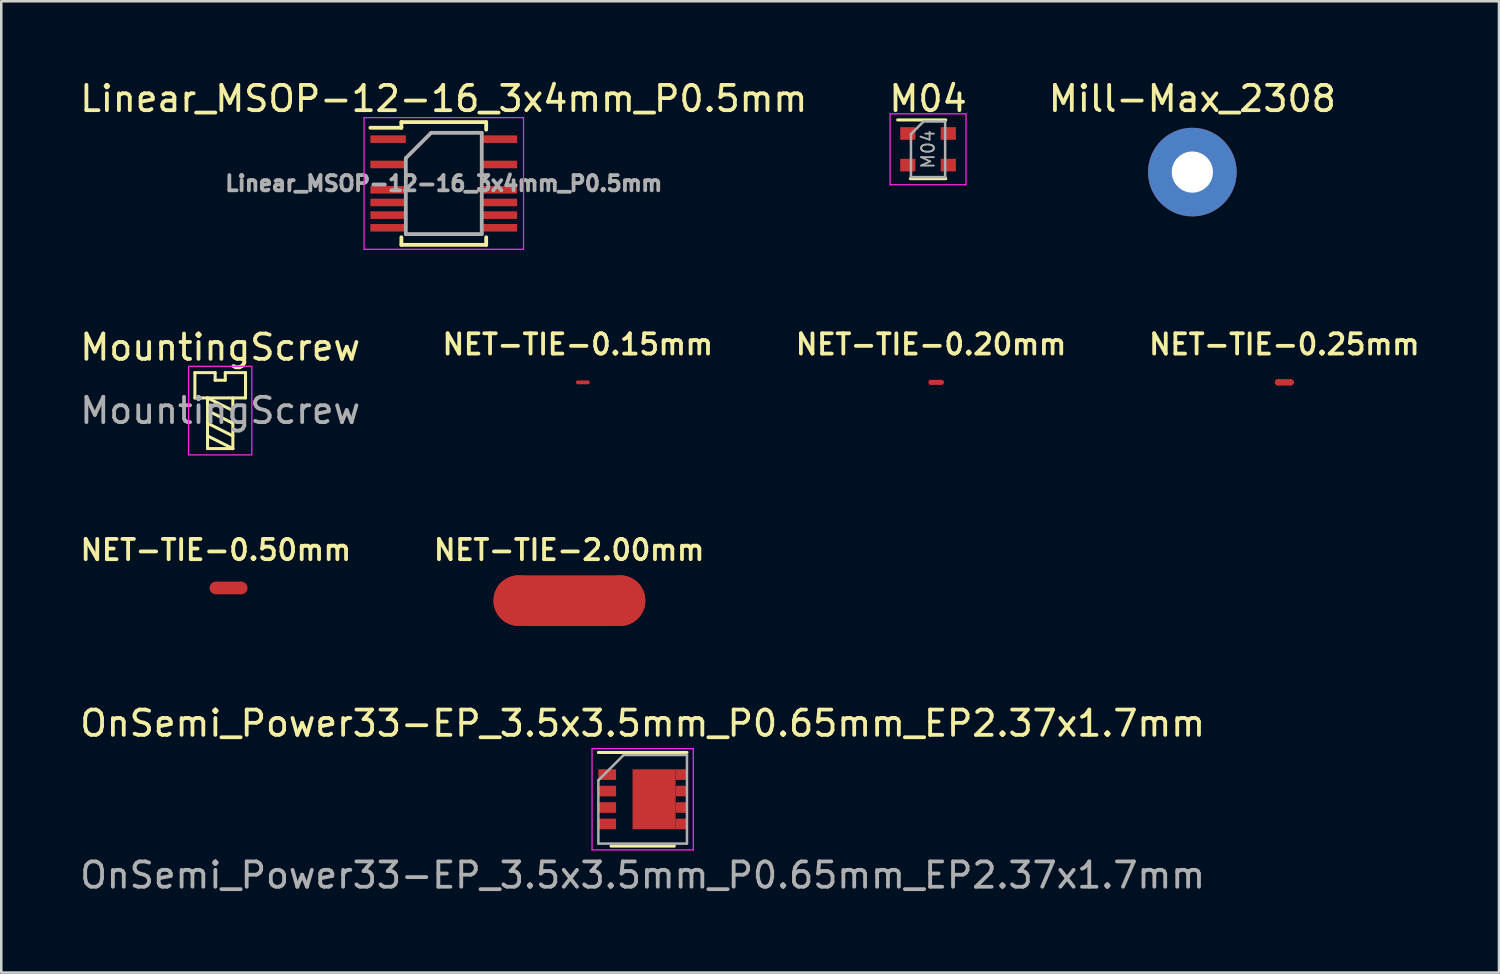
<source format=kicad_pcb>
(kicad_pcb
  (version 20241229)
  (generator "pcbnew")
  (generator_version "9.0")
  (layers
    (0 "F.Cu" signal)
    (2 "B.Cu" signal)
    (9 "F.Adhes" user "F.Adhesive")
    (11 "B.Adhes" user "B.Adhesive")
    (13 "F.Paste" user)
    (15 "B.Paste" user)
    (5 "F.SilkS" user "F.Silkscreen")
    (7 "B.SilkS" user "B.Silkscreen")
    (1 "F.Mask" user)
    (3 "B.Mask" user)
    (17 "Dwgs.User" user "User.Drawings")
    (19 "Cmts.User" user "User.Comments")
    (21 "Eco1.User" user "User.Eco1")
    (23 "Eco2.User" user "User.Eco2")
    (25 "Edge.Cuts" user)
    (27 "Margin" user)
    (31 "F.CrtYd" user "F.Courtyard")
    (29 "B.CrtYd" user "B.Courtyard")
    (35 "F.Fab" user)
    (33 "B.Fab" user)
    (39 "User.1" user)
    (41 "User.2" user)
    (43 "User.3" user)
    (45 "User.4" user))
  (footprint "M04"
    (layer "F.Cu")
    (at 33.613 2.848)
    (property "Reference" "M04" (at 0 -2 0) (layer "F.SilkS") (effects (font (size 1 1) (thickness 0.15))))
    (attr smd)
    (fp_line (start -0.7 1.16) (end 0.7 1.16) (stroke (width 0.12) (type solid)) (layer "F.SilkS"))
    (fp_line (start 0.7 -1.16) (end -1.2 -1.16) (stroke (width 0.12) (type solid)) (layer "F.SilkS"))
    (fp_line (start -1.5 -1.4) (end -1.5 1.4) (stroke (width 0.05) (type solid)) (layer "F.CrtYd"))
    (fp_line (start -1.5 -1.4) (end 1.5 -1.4) (stroke (width 0.05) (type solid)) (layer "F.CrtYd"))
    (fp_line (start -1.5 1.4) (end 1.5 1.4) (stroke (width 0.05) (type solid)) (layer "F.CrtYd"))
    (fp_line (start 1.5 1.4) (end 1.5 -1.4) (stroke (width 0.05) (type solid)) (layer "F.CrtYd"))
    (fp_line (start -0.675 -0.6) (end -0.675 1.1) (stroke (width 0.1) (type solid)) (layer "F.Fab"))
    (fp_line (start -0.175 -1.1) (end -0.675 -0.6) (stroke (width 0.1) (type solid)) (layer "F.Fab"))
    (fp_line (start 0.675 -1.1) (end -0.175 -1.1) (stroke (width 0.1) (type solid)) (layer "F.Fab"))
    (fp_line (start 0.675 -1.1) (end 0.675 1.1) (stroke (width 0.1) (type solid)) (layer "F.Fab"))
    (fp_line (start 0.675 1.1) (end -0.675 1.1) (stroke (width 0.1) (type solid)) (layer "F.Fab"))
    (fp_text user "${REFERENCE}" (at 0 0 90) (layer "F.Fab") (effects (font (size 0.5 0.5) (thickness 0.075))))
    (pad "1" smd rect (at -0.8 -0.625) (size 0.6 0.5) (layers "F.Cu" "F.Mask" "F.Paste"))
    (pad "2" smd rect (at -0.8 0.625) (size 0.6 0.5) (layers "F.Cu" "F.Mask" "F.Paste"))
    (pad "3" smd rect (at 0.8 0.625) (size 0.6 0.5) (layers "F.Cu" "F.Mask" "F.Paste"))
    (pad "4" smd rect (at 0.8 -0.625) (size 0.6 0.5) (layers "F.Cu" "F.Mask" "F.Paste")))
  (footprint "NET-TIE-2.00mm"
    (layer "F.Cu")
    (at 19.445 20.678)
    (property "Reference" "NET-TIE-2.00mm" (at -0.01 -2 0) (layer "F.SilkS") (effects (font (size 0.8 0.8) (thickness 0.15))))
    (attr through_hole)
    (fp_line (start -2 0) (end 2 0) (stroke (width 2) (type solid)) (layer "F.Cu"))
    (pad "1" smd circle (at -2 0) (size 2 2) (layers "F.Cu"))
    (pad "2" smd circle (at 2 0) (size 2 2) (layers "F.Cu")))
  (footprint "Linear_MSOP-12-16_3x4mm_P0.5mm"
    (layer "F.Cu")
    (at 14.482 4.198)
    (property "Reference" "Linear_MSOP-12-16_3x4mm_P0.5mm" (at 0 -3.35 0) (layer "F.SilkS") (effects (font (size 1 1) (thickness 0.15))))
    (attr smd)
    (fp_line (start -1.675 -2.425) (end -1.675 -2.2) (stroke (width 0.15) (type solid)) (layer "F.SilkS"))
    (fp_line (start -1.675 -2.425) (end 1.675 -2.425) (stroke (width 0.15) (type solid)) (layer "F.SilkS"))
    (fp_line (start -1.675 -2.2) (end -2.9 -2.2) (stroke (width 0.15) (type solid)) (layer "F.SilkS"))
    (fp_line (start -1.675 2.425) (end -1.675 2.125) (stroke (width 0.15) (type solid)) (layer "F.SilkS"))
    (fp_line (start -1.675 2.425) (end 1.675 2.425) (stroke (width 0.15) (type solid)) (layer "F.SilkS"))
    (fp_line (start 1.675 -2.425) (end 1.675 -2.125) (stroke (width 0.15) (type solid)) (layer "F.SilkS"))
    (fp_line (start 1.675 2.425) (end 1.675 2.125) (stroke (width 0.15) (type solid)) (layer "F.SilkS"))
    (fp_line (start -3.15 -2.6) (end -3.15 2.6) (stroke (width 0.05) (type solid)) (layer "F.CrtYd"))
    (fp_line (start -3.15 -2.6) (end 3.15 -2.6) (stroke (width 0.05) (type solid)) (layer "F.CrtYd"))
    (fp_line (start -3.15 2.6) (end 3.15 2.6) (stroke (width 0.05) (type solid)) (layer "F.CrtYd"))
    (fp_line (start 3.15 -2.6) (end 3.15 2.6) (stroke (width 0.05) (type solid)) (layer "F.CrtYd"))
    (fp_line (start -1.5 -1) (end -0.5 -2) (stroke (width 0.15) (type solid)) (layer "F.Fab"))
    (fp_line (start -1.5 2) (end -1.5 -1) (stroke (width 0.15) (type solid)) (layer "F.Fab"))
    (fp_line (start -0.5 -2) (end 1.5 -2) (stroke (width 0.15) (type solid)) (layer "F.Fab"))
    (fp_line (start 1.5 -2) (end 1.5 2) (stroke (width 0.15) (type solid)) (layer "F.Fab"))
    (fp_line (start 1.5 2) (end -1.5 2) (stroke (width 0.15) (type solid)) (layer "F.Fab"))
    (fp_text user "${REFERENCE}" (at 0 0 0) (layer "F.Fab") (effects (font (size 0.6 0.6) (thickness 0.15))))
    (pad "1" smd rect (at -2.2 -1.75) (size 1.4 0.3) (layers "F.Cu" "F.Mask" "F.Paste"))
    (pad "3" smd rect (at -2.2 -0.75) (size 1.4 0.3) (layers "F.Cu" "F.Mask" "F.Paste"))
    (pad "5" smd rect (at -2.2 0.25) (size 1.4 0.3) (layers "F.Cu" "F.Mask" "F.Paste"))
    (pad "6" smd rect (at -2.2 0.75) (size 1.4 0.3) (layers "F.Cu" "F.Mask" "F.Paste"))
    (pad "7" smd rect (at -2.2 1.25) (size 1.4 0.3) (layers "F.Cu" "F.Mask" "F.Paste"))
    (pad "8" smd rect (at -2.2 1.75) (size 1.4 0.3) (layers "F.Cu" "F.Mask" "F.Paste"))
    (pad "9" smd rect (at 2.2 1.75) (size 1.4 0.3) (layers "F.Cu" "F.Mask" "F.Paste"))
    (pad "10" smd rect (at 2.2 1.25) (size 1.4 0.3) (layers "F.Cu" "F.Mask" "F.Paste"))
    (pad "11" smd rect (at 2.2 0.75) (size 1.4 0.3) (layers "F.Cu" "F.Mask" "F.Paste"))
    (pad "12" smd rect (at 2.2 0.25) (size 1.4 0.3) (layers "F.Cu" "F.Mask" "F.Paste"))
    (pad "14" smd rect (at 2.2 -0.75) (size 1.4 0.3) (layers "F.Cu" "F.Mask" "F.Paste"))
    (pad "16" smd rect (at 2.2 -1.75) (size 1.4 0.3) (layers "F.Cu" "F.Mask" "F.Paste")))
  (footprint "NET-TIE-0.25mm"
    (layer "F.Cu")
    (at 47.689 12.055)
    (property "Reference" "NET-TIE-0.25mm" (at 0 -1.5 0) (layer "F.SilkS") (effects (font (size 0.8 0.8) (thickness 0.15))))
    (attr through_hole)
    (fp_line (start -0.25 0) (end 0.25 0) (stroke (width 0.25) (type solid)) (layer "F.Cu"))
    (pad "1" smd circle (at -0.25 0) (size 0.25 0.25) (layers "F.Cu"))
    (pad "2" smd circle (at 0.25 0) (size 0.25 0.25) (layers "F.Cu")))
  (footprint "NET-TIE-0.20mm"
    (layer "F.Cu")
    (at 33.733 12.055)
    (property "Reference" "NET-TIE-0.20mm" (at 0 -1.5 0) (layer "F.SilkS") (effects (font (size 0.8 0.8) (thickness 0.15))))
    (attr through_hole)
    (fp_line (start 0 0) (end 0.4 0) (stroke (width 0.2) (type solid)) (layer "F.Cu"))
    (pad "1" smd circle (at 0 0) (size 0.2 0.2) (layers "F.Cu"))
    (pad "2" smd circle (at 0.4 0) (size 0.2 0.2) (layers "F.Cu")))
  (footprint "Mill-Max_2308"
    (layer "F.Cu")
    (at 44.054 3.748)
    (property "Reference" "Mill-Max_2308" (at 0 -2.9 0) (layer "F.SilkS") (effects (font (size 1 1) (thickness 0.15))))
    (attr through_hole)
    (pad "1" thru_hole circle (at 0 0) (size 3.5 3.5) (drill 1.626) (layers "*.Cu" "*.Mask")))
  (footprint "NET-TIE-0.50mm"
    (layer "F.Cu")
    (at 5.478 20.178)
    (property "Reference" "NET-TIE-0.50mm" (at 0 -1.5 0) (layer "F.SilkS") (effects (font (size 0.8 0.8) (thickness 0.15))))
    (attr through_hole)
    (fp_poly (pts (xy 0 -0.25) (xy 1 -0.25) (xy 1 0.25) (xy 0 0.25)) (stroke (width 0) (type solid)) (fill yes) (layer "F.Cu"))
    (pad "1" smd circle (at 0 0) (size 0.5 0.5) (layers "F.Cu"))
    (pad "2" smd circle (at 1 0) (size 0.5 0.5) (layers "F.Cu")))
  (footprint "OnSemi_Power33-EP_3.5x3.5mm_P0.65mm_EP2.37x1.7mm"
    (layer "F.Cu")
    (at 22.339 28.526)
    (property "Reference" "OnSemi_Power33-EP_3.5x3.5mm_P0.65mm_EP2.37x1.7mm" (at 0 -3 0) (layer "F.SilkS") (effects (font (size 1 1) (thickness 0.15))))
    (attr smd)
    (fp_line (start -1.75 -1.85) (end 1.75 -1.85) (stroke (width 0.12) (type solid)) (layer "F.SilkS"))
    (fp_line (start -1.25 1.85) (end 1.25 1.85) (stroke (width 0.12) (type solid)) (layer "F.SilkS"))
    (fp_line (start -2 -2) (end 2 -2) (stroke (width 0.05) (type solid)) (layer "F.CrtYd"))
    (fp_line (start -2 2) (end -2 -2) (stroke (width 0.05) (type solid)) (layer "F.CrtYd"))
    (fp_line (start 2 -2) (end 2 2) (stroke (width 0.05) (type solid)) (layer "F.CrtYd"))
    (fp_line (start 2 2) (end -2 2) (stroke (width 0.05) (type solid)) (layer "F.CrtYd"))
    (fp_line (start -1.75 1.75) (end -1.75 -0.75) (stroke (width 0.1) (type solid)) (layer "F.Fab"))
    (fp_line (start -0.75 -1.75) (end -1.75 -0.75) (stroke (width 0.1) (type solid)) (layer "F.Fab"))
    (fp_line (start -0.75 -1.75) (end 1.75 -1.75) (stroke (width 0.1) (type solid)) (layer "F.Fab"))
    (fp_line (start 1.75 -1.75) (end 1.75 1.75) (stroke (width 0.1) (type solid)) (layer "F.Fab"))
    (fp_line (start 1.75 1.75) (end -1.75 1.75) (stroke (width 0.1) (type solid)) (layer "F.Fab"))
    (fp_text user "${REFERENCE}" (at 0 3 0) (layer "F.Fab") (effects (font (size 1 1) (thickness 0.15))))
    (pad "1" smd rect (at -1.4 -0.975) (size 0.7 0.42) (layers "F.Cu" "F.Mask" "F.Paste"))
    (pad "2" smd rect (at -1.4 -0.325) (size 0.7 0.42) (layers "F.Cu" "F.Mask" "F.Paste"))
    (pad "3" smd rect (at -1.4 0.325) (size 0.7 0.42) (layers "F.Cu" "F.Mask" "F.Paste"))
    (pad "4" smd rect (at -1.4 0.975) (size 0.7 0.42) (layers "F.Cu" "F.Mask" "F.Paste"))
    (pad "5" smd rect (at 0.45 0) (size 1.7 2.37) (layers "F.Cu" "F.Mask" "F.Paste"))
    (pad "5" smd rect (at 1.525 -0.975) (size 0.45 0.42) (layers "F.Cu" "F.Mask" "F.Paste"))
    (pad "5" smd rect (at 1.525 -0.325) (size 0.45 0.42) (layers "F.Cu" "F.Mask" "F.Paste"))
    (pad "5" smd rect (at 1.525 0.325) (size 0.45 0.42) (layers "F.Cu" "F.Mask" "F.Paste"))
    (pad "5" smd rect (at 1.525 0.975) (size 0.45 0.42) (layers "F.Cu" "F.Mask" "F.Paste")))
  (footprint "MountingScrew"
    (layer "F.Cu")
    (at 5.649 13.171)
    (property "Reference" "MountingScrew" (at 0 -2.5 0) (layer "F.SilkS") (effects (font (size 1 1) (thickness 0.15))))
    (attr exclude_from_pos_files)
    (fp_line (start -1 -1.5) (end -0.2 -1.5) (stroke (width 0.12) (type default)) (layer "F.SilkS"))
    (fp_line (start -1 -0.5) (end -1 -1.5) (stroke (width 0.12) (type default)) (layer "F.SilkS"))
    (fp_line (start -1 -0.5) (end 1 -0.5) (stroke (width 0.12) (type default)) (layer "F.SilkS"))
    (fp_line (start -0.5 1.5) (end -0.5 -0.5) (stroke (width 0.12) (type default)) (layer "F.SilkS"))
    (fp_line (start -0.2 -1.5) (end -0.2 -1.2) (stroke (width 0.12) (type default)) (layer "F.SilkS"))
    (fp_line (start -0.2 -1.2) (end 0.2 -1.2) (stroke (width 0.12) (type default)) (layer "F.SilkS"))
    (fp_line (start 0.2 -1.5) (end 1 -1.5) (stroke (width 0.12) (type default)) (layer "F.SilkS"))
    (fp_line (start 0.2 -1.2) (end 0.2 -1.5) (stroke (width 0.12) (type default)) (layer "F.SilkS"))
    (fp_line (start 0.5 -0.5) (end 0.5 1.5) (stroke (width 0.12) (type default)) (layer "F.SilkS"))
    (fp_line (start 0.5 0) (end -0.5 -0.5) (stroke (width 0.12) (type default)) (layer "F.SilkS"))
    (fp_line (start 0.5 0.5) (end -0.5 0) (stroke (width 0.12) (type default)) (layer "F.SilkS"))
    (fp_line (start 0.5 1) (end -0.5 0.5) (stroke (width 0.12) (type default)) (layer "F.SilkS"))
    (fp_line (start 0.5 1.5) (end -0.5 1) (stroke (width 0.12) (type default)) (layer "F.SilkS"))
    (fp_line (start 0.5 1.5) (end -0.5 1.5) (stroke (width 0.12) (type default)) (layer "F.SilkS"))
    (fp_line (start 1 -1.5) (end 1 -0.5) (stroke (width 0.12) (type default)) (layer "F.SilkS"))
    (fp_rect (start -1.25 -1.75) (end 1.25 1.75) (stroke (width 0.05) (type default)) (fill no) (layer "F.CrtYd"))
    (fp_text user "${REFERENCE}" (at 0 0 0) (layer "F.Fab") (effects (font (size 1 1) (thickness 0.15)))))
  (footprint "NET-TIE-0.15mm"
    (layer "F.Cu")
    (at 19.776 12.055)
    (property "Reference" "NET-TIE-0.15mm" (at 0 -1.5 0) (layer "F.SilkS") (effects (font (size 0.8 0.8) (thickness 0.15))))
    (attr exclude_from_pos_files exclude_from_bom)
    (fp_poly (pts (xy 0 -0.075) (xy 0.4 -0.075) (xy 0.4 0.075) (xy 0 0.075)) (stroke (width 0) (type solid)) (fill yes) (layer "F.Cu"))
    (pad "1" smd circle (at 0 0) (size 0.15 0.15) (layers "F.Cu"))
    (pad "2" smd circle (at 0.4 0) (size 0.15 0.15) (layers "F.Cu")))
  (gr_rect
    (start -3 -3)
    (end 56.168 35.374)
    (stroke (width 0.1) (type default))
    (fill no)
    (layer "Edge.Cuts")))
</source>
